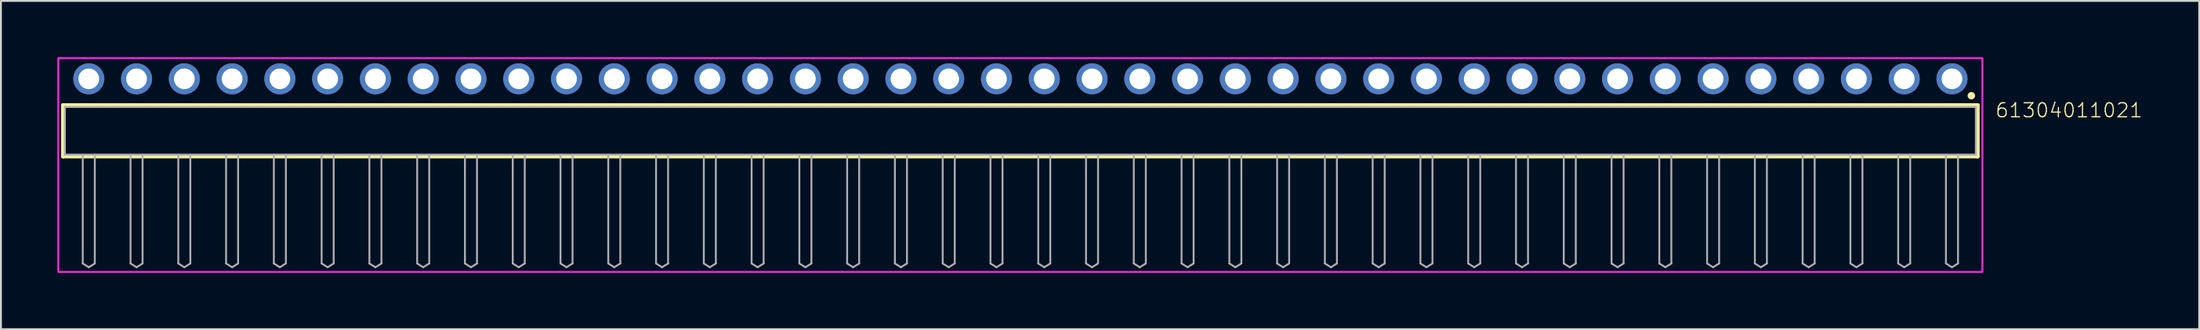
<source format=kicad_pcb>
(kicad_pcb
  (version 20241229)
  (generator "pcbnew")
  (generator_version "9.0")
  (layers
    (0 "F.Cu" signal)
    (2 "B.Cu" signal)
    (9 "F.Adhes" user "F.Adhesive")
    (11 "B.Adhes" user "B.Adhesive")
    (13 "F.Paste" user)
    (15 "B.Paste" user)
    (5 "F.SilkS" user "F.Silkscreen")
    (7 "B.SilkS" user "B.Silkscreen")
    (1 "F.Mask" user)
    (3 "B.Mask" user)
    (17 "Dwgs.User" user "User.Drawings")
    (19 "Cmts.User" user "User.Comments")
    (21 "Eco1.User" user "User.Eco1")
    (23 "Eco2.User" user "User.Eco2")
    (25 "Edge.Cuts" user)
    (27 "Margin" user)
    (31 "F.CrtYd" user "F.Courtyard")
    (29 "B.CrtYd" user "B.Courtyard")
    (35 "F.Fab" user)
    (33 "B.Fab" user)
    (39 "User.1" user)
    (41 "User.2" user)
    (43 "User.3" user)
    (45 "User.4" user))
  (footprint "61304011021"
    (layer "F.Cu")
    (at 51.2 3.92)
    (property "Reference" "61304011021" (at 51.795 -0.652 0) (unlocked yes) (layer "F.SilkS") (effects (font (size 0.748 0.748) (thickness 0.065)) (justify left bottom)))
    (fp_line (start -50.9 -1.37) (end 50.9 -1.37) (stroke (width 0.2) (type solid)) (layer "F.SilkS"))
    (fp_line (start -50.9 1.37) (end -50.9 -1.37) (stroke (width 0.2) (type solid)) (layer "F.SilkS"))
    (fp_line (start 50.9 -1.37) (end 50.9 1.37) (stroke (width 0.2) (type solid)) (layer "F.SilkS"))
    (fp_line (start 50.9 1.37) (end -50.9 1.37) (stroke (width 0.2) (type solid)) (layer "F.SilkS"))
    (fp_circle (center 50.56 -1.87) (end 50.66 -1.87) (stroke (width 0.2) (type solid)) (fill no) (layer "F.SilkS"))
    (fp_poly (pts (xy 51.15 7.52) (xy -51.15 7.52) (xy -51.15 -3.87) (xy 51.15 -3.87)) (stroke (width 0.1) (type default)) (fill no) (layer "F.CrtYd"))
    (fp_line (start -50.8 -1.27) (end 50.8 -1.27) (stroke (width 0.1) (type solid)) (layer "F.Fab"))
    (fp_line (start -50.8 1.27) (end -50.8 -1.27) (stroke (width 0.1) (type solid)) (layer "F.Fab"))
    (fp_line (start -49.85 1.27) (end -49.85 7.07) (stroke (width 0.1) (type solid)) (layer "F.Fab"))
    (fp_line (start -49.85 7.07) (end -49.53 7.27) (stroke (width 0.1) (type solid)) (layer "F.Fab"))
    (fp_line (start -49.53 7.27) (end -49.21 7.07) (stroke (width 0.1) (type solid)) (layer "F.Fab"))
    (fp_line (start -49.21 1.27) (end -49.21 7.07) (stroke (width 0.1) (type solid)) (layer "F.Fab"))
    (fp_line (start -47.31 1.27) (end -47.31 7.07) (stroke (width 0.1) (type solid)) (layer "F.Fab"))
    (fp_line (start -47.31 7.07) (end -46.99 7.27) (stroke (width 0.1) (type solid)) (layer "F.Fab"))
    (fp_line (start -46.99 7.27) (end -46.67 7.07) (stroke (width 0.1) (type solid)) (layer "F.Fab"))
    (fp_line (start -46.67 1.27) (end -46.67 7.07) (stroke (width 0.1) (type solid)) (layer "F.Fab"))
    (fp_line (start -44.77 1.27) (end -44.77 7.07) (stroke (width 0.1) (type solid)) (layer "F.Fab"))
    (fp_line (start -44.77 7.07) (end -44.45 7.27) (stroke (width 0.1) (type solid)) (layer "F.Fab"))
    (fp_line (start -44.45 7.27) (end -44.13 7.07) (stroke (width 0.1) (type solid)) (layer "F.Fab"))
    (fp_line (start -44.13 1.27) (end -44.13 7.07) (stroke (width 0.1) (type solid)) (layer "F.Fab"))
    (fp_line (start -42.23 1.27) (end -42.23 7.07) (stroke (width 0.1) (type solid)) (layer "F.Fab"))
    (fp_line (start -42.23 7.07) (end -41.91 7.27) (stroke (width 0.1) (type solid)) (layer "F.Fab"))
    (fp_line (start -41.91 7.27) (end -41.59 7.07) (stroke (width 0.1) (type solid)) (layer "F.Fab"))
    (fp_line (start -41.59 1.27) (end -41.59 7.07) (stroke (width 0.1) (type solid)) (layer "F.Fab"))
    (fp_line (start -39.69 1.27) (end -39.69 7.07) (stroke (width 0.1) (type solid)) (layer "F.Fab"))
    (fp_line (start -39.69 7.07) (end -39.37 7.27) (stroke (width 0.1) (type solid)) (layer "F.Fab"))
    (fp_line (start -39.37 7.27) (end -39.05 7.07) (stroke (width 0.1) (type solid)) (layer "F.Fab"))
    (fp_line (start -39.05 1.27) (end -39.05 7.07) (stroke (width 0.1) (type solid)) (layer "F.Fab"))
    (fp_line (start -37.15 1.27) (end -37.15 7.07) (stroke (width 0.1) (type solid)) (layer "F.Fab"))
    (fp_line (start -37.15 7.07) (end -36.83 7.27) (stroke (width 0.1) (type solid)) (layer "F.Fab"))
    (fp_line (start -36.83 7.27) (end -36.51 7.07) (stroke (width 0.1) (type solid)) (layer "F.Fab"))
    (fp_line (start -36.51 1.27) (end -36.51 7.07) (stroke (width 0.1) (type solid)) (layer "F.Fab"))
    (fp_line (start -34.61 1.27) (end -34.61 7.07) (stroke (width 0.1) (type solid)) (layer "F.Fab"))
    (fp_line (start -34.61 7.07) (end -34.29 7.27) (stroke (width 0.1) (type solid)) (layer "F.Fab"))
    (fp_line (start -34.29 7.27) (end -33.97 7.07) (stroke (width 0.1) (type solid)) (layer "F.Fab"))
    (fp_line (start -33.97 1.27) (end -33.97 7.07) (stroke (width 0.1) (type solid)) (layer "F.Fab"))
    (fp_line (start -32.07 1.27) (end -32.07 7.07) (stroke (width 0.1) (type solid)) (layer "F.Fab"))
    (fp_line (start -32.07 7.07) (end -31.75 7.27) (stroke (width 0.1) (type solid)) (layer "F.Fab"))
    (fp_line (start -31.75 7.27) (end -31.43 7.07) (stroke (width 0.1) (type solid)) (layer "F.Fab"))
    (fp_line (start -31.43 1.27) (end -31.43 7.07) (stroke (width 0.1) (type solid)) (layer "F.Fab"))
    (fp_line (start -29.53 1.27) (end -29.53 7.07) (stroke (width 0.1) (type solid)) (layer "F.Fab"))
    (fp_line (start -29.53 7.07) (end -29.21 7.27) (stroke (width 0.1) (type solid)) (layer "F.Fab"))
    (fp_line (start -29.21 7.27) (end -28.89 7.07) (stroke (width 0.1) (type solid)) (layer "F.Fab"))
    (fp_line (start -28.89 1.27) (end -28.89 7.07) (stroke (width 0.1) (type solid)) (layer "F.Fab"))
    (fp_line (start -26.99 1.27) (end -26.99 7.07) (stroke (width 0.1) (type solid)) (layer "F.Fab"))
    (fp_line (start -26.99 7.07) (end -26.67 7.27) (stroke (width 0.1) (type solid)) (layer "F.Fab"))
    (fp_line (start -26.67 7.27) (end -26.35 7.07) (stroke (width 0.1) (type solid)) (layer "F.Fab"))
    (fp_line (start -26.35 1.27) (end -26.35 7.07) (stroke (width 0.1) (type solid)) (layer "F.Fab"))
    (fp_line (start -24.45 1.27) (end -24.45 7.07) (stroke (width 0.1) (type solid)) (layer "F.Fab"))
    (fp_line (start -24.45 7.07) (end -24.13 7.27) (stroke (width 0.1) (type solid)) (layer "F.Fab"))
    (fp_line (start -24.13 7.27) (end -23.81 7.07) (stroke (width 0.1) (type solid)) (layer "F.Fab"))
    (fp_line (start -23.81 1.27) (end -23.81 7.07) (stroke (width 0.1) (type solid)) (layer "F.Fab"))
    (fp_line (start -21.91 1.27) (end -21.91 7.07) (stroke (width 0.1) (type solid)) (layer "F.Fab"))
    (fp_line (start -21.91 7.07) (end -21.59 7.27) (stroke (width 0.1) (type solid)) (layer "F.Fab"))
    (fp_line (start -21.59 7.27) (end -21.27 7.07) (stroke (width 0.1) (type solid)) (layer "F.Fab"))
    (fp_line (start -21.27 1.27) (end -21.27 7.07) (stroke (width 0.1) (type solid)) (layer "F.Fab"))
    (fp_line (start -19.37 1.27) (end -19.37 7.07) (stroke (width 0.1) (type solid)) (layer "F.Fab"))
    (fp_line (start -19.37 7.07) (end -19.05 7.27) (stroke (width 0.1) (type solid)) (layer "F.Fab"))
    (fp_line (start -19.05 7.27) (end -18.73 7.07) (stroke (width 0.1) (type solid)) (layer "F.Fab"))
    (fp_line (start -18.73 1.27) (end -18.73 7.07) (stroke (width 0.1) (type solid)) (layer "F.Fab"))
    (fp_line (start -16.83 1.27) (end -16.83 7.07) (stroke (width 0.1) (type solid)) (layer "F.Fab"))
    (fp_line (start -16.83 7.07) (end -16.51 7.27) (stroke (width 0.1) (type solid)) (layer "F.Fab"))
    (fp_line (start -16.51 7.27) (end -16.19 7.07) (stroke (width 0.1) (type solid)) (layer "F.Fab"))
    (fp_line (start -16.19 1.27) (end -16.19 7.07) (stroke (width 0.1) (type solid)) (layer "F.Fab"))
    (fp_line (start -14.29 1.27) (end -14.29 7.07) (stroke (width 0.1) (type solid)) (layer "F.Fab"))
    (fp_line (start -14.29 7.07) (end -13.97 7.27) (stroke (width 0.1) (type solid)) (layer "F.Fab"))
    (fp_line (start -13.97 7.27) (end -13.65 7.07) (stroke (width 0.1) (type solid)) (layer "F.Fab"))
    (fp_line (start -13.65 1.27) (end -13.65 7.07) (stroke (width 0.1) (type solid)) (layer "F.Fab"))
    (fp_line (start -11.75 1.27) (end -11.75 7.07) (stroke (width 0.1) (type solid)) (layer "F.Fab"))
    (fp_line (start -11.75 7.07) (end -11.43 7.27) (stroke (width 0.1) (type solid)) (layer "F.Fab"))
    (fp_line (start -11.43 7.27) (end -11.11 7.07) (stroke (width 0.1) (type solid)) (layer "F.Fab"))
    (fp_line (start -11.11 1.27) (end -11.11 7.07) (stroke (width 0.1) (type solid)) (layer "F.Fab"))
    (fp_line (start -9.21 1.27) (end -9.21 7.07) (stroke (width 0.1) (type solid)) (layer "F.Fab"))
    (fp_line (start -9.21 7.07) (end -8.89 7.27) (stroke (width 0.1) (type solid)) (layer "F.Fab"))
    (fp_line (start -8.89 7.27) (end -8.57 7.07) (stroke (width 0.1) (type solid)) (layer "F.Fab"))
    (fp_line (start -8.57 1.27) (end -8.57 7.07) (stroke (width 0.1) (type solid)) (layer "F.Fab"))
    (fp_line (start -6.67 1.27) (end -6.67 7.07) (stroke (width 0.1) (type solid)) (layer "F.Fab"))
    (fp_line (start -6.67 7.07) (end -6.35 7.27) (stroke (width 0.1) (type solid)) (layer "F.Fab"))
    (fp_line (start -6.35 7.27) (end -6.03 7.07) (stroke (width 0.1) (type solid)) (layer "F.Fab"))
    (fp_line (start -6.03 1.27) (end -6.03 7.07) (stroke (width 0.1) (type solid)) (layer "F.Fab"))
    (fp_line (start -4.13 1.27) (end -4.13 7.07) (stroke (width 0.1) (type solid)) (layer "F.Fab"))
    (fp_line (start -4.13 7.07) (end -3.81 7.27) (stroke (width 0.1) (type solid)) (layer "F.Fab"))
    (fp_line (start -3.81 7.27) (end -3.49 7.07) (stroke (width 0.1) (type solid)) (layer "F.Fab"))
    (fp_line (start -3.49 1.27) (end -3.49 7.07) (stroke (width 0.1) (type solid)) (layer "F.Fab"))
    (fp_line (start -1.59 1.27) (end -1.59 7.07) (stroke (width 0.1) (type solid)) (layer "F.Fab"))
    (fp_line (start -1.59 7.07) (end -1.27 7.27) (stroke (width 0.1) (type solid)) (layer "F.Fab"))
    (fp_line (start -1.27 7.27) (end -0.95 7.07) (stroke (width 0.1) (type solid)) (layer "F.Fab"))
    (fp_line (start -0.95 1.27) (end -0.95 7.07) (stroke (width 0.1) (type solid)) (layer "F.Fab"))
    (fp_line (start 0.95 1.27) (end 0.95 7.07) (stroke (width 0.1) (type solid)) (layer "F.Fab"))
    (fp_line (start 0.95 7.07) (end 1.27 7.27) (stroke (width 0.1) (type solid)) (layer "F.Fab"))
    (fp_line (start 1.27 7.27) (end 1.59 7.07) (stroke (width 0.1) (type solid)) (layer "F.Fab"))
    (fp_line (start 1.59 1.27) (end 1.59 7.07) (stroke (width 0.1) (type solid)) (layer "F.Fab"))
    (fp_line (start 3.49 1.27) (end 3.49 7.07) (stroke (width 0.1) (type solid)) (layer "F.Fab"))
    (fp_line (start 3.49 7.07) (end 3.81 7.27) (stroke (width 0.1) (type solid)) (layer "F.Fab"))
    (fp_line (start 3.81 7.27) (end 4.13 7.07) (stroke (width 0.1) (type solid)) (layer "F.Fab"))
    (fp_line (start 4.13 1.27) (end 4.13 7.07) (stroke (width 0.1) (type solid)) (layer "F.Fab"))
    (fp_line (start 6.03 1.27) (end 6.03 7.07) (stroke (width 0.1) (type solid)) (layer "F.Fab"))
    (fp_line (start 6.03 7.07) (end 6.35 7.27) (stroke (width 0.1) (type solid)) (layer "F.Fab"))
    (fp_line (start 6.35 7.27) (end 6.67 7.07) (stroke (width 0.1) (type solid)) (layer "F.Fab"))
    (fp_line (start 6.67 1.27) (end 6.67 7.07) (stroke (width 0.1) (type solid)) (layer "F.Fab"))
    (fp_line (start 8.57 1.27) (end 8.57 7.07) (stroke (width 0.1) (type solid)) (layer "F.Fab"))
    (fp_line (start 8.57 7.07) (end 8.89 7.27) (stroke (width 0.1) (type solid)) (layer "F.Fab"))
    (fp_line (start 8.89 7.27) (end 9.21 7.07) (stroke (width 0.1) (type solid)) (layer "F.Fab"))
    (fp_line (start 9.21 1.27) (end 9.21 7.07) (stroke (width 0.1) (type solid)) (layer "F.Fab"))
    (fp_line (start 11.11 1.27) (end 11.11 7.07) (stroke (width 0.1) (type solid)) (layer "F.Fab"))
    (fp_line (start 11.11 7.07) (end 11.43 7.27) (stroke (width 0.1) (type solid)) (layer "F.Fab"))
    (fp_line (start 11.43 7.27) (end 11.75 7.07) (stroke (width 0.1) (type solid)) (layer "F.Fab"))
    (fp_line (start 11.75 1.27) (end 11.75 7.07) (stroke (width 0.1) (type solid)) (layer "F.Fab"))
    (fp_line (start 13.65 1.27) (end 13.65 7.07) (stroke (width 0.1) (type solid)) (layer "F.Fab"))
    (fp_line (start 13.65 7.07) (end 13.97 7.27) (stroke (width 0.1) (type solid)) (layer "F.Fab"))
    (fp_line (start 13.97 7.27) (end 14.29 7.07) (stroke (width 0.1) (type solid)) (layer "F.Fab"))
    (fp_line (start 14.29 1.27) (end 14.29 7.07) (stroke (width 0.1) (type solid)) (layer "F.Fab"))
    (fp_line (start 16.19 1.27) (end 16.19 7.07) (stroke (width 0.1) (type solid)) (layer "F.Fab"))
    (fp_line (start 16.19 7.07) (end 16.51 7.27) (stroke (width 0.1) (type solid)) (layer "F.Fab"))
    (fp_line (start 16.51 7.27) (end 16.83 7.07) (stroke (width 0.1) (type solid)) (layer "F.Fab"))
    (fp_line (start 16.83 1.27) (end 16.83 7.07) (stroke (width 0.1) (type solid)) (layer "F.Fab"))
    (fp_line (start 18.73 1.27) (end 18.73 7.07) (stroke (width 0.1) (type solid)) (layer "F.Fab"))
    (fp_line (start 18.73 7.07) (end 19.05 7.27) (stroke (width 0.1) (type solid)) (layer "F.Fab"))
    (fp_line (start 19.05 7.27) (end 19.37 7.07) (stroke (width 0.1) (type solid)) (layer "F.Fab"))
    (fp_line (start 19.37 1.27) (end 19.37 7.07) (stroke (width 0.1) (type solid)) (layer "F.Fab"))
    (fp_line (start 21.27 1.27) (end 21.27 7.07) (stroke (width 0.1) (type solid)) (layer "F.Fab"))
    (fp_line (start 21.27 7.07) (end 21.59 7.27) (stroke (width 0.1) (type solid)) (layer "F.Fab"))
    (fp_line (start 21.59 7.27) (end 21.91 7.07) (stroke (width 0.1) (type solid)) (layer "F.Fab"))
    (fp_line (start 21.91 1.27) (end 21.91 7.07) (stroke (width 0.1) (type solid)) (layer "F.Fab"))
    (fp_line (start 23.81 1.27) (end 23.81 7.07) (stroke (width 0.1) (type solid)) (layer "F.Fab"))
    (fp_line (start 23.81 7.07) (end 24.13 7.27) (stroke (width 0.1) (type solid)) (layer "F.Fab"))
    (fp_line (start 24.13 7.27) (end 24.45 7.07) (stroke (width 0.1) (type solid)) (layer "F.Fab"))
    (fp_line (start 24.45 1.27) (end 24.45 7.07) (stroke (width 0.1) (type solid)) (layer "F.Fab"))
    (fp_line (start 26.35 1.27) (end 26.35 7.07) (stroke (width 0.1) (type solid)) (layer "F.Fab"))
    (fp_line (start 26.35 7.07) (end 26.67 7.27) (stroke (width 0.1) (type solid)) (layer "F.Fab"))
    (fp_line (start 26.67 7.27) (end 26.99 7.07) (stroke (width 0.1) (type solid)) (layer "F.Fab"))
    (fp_line (start 26.99 1.27) (end 26.99 7.07) (stroke (width 0.1) (type solid)) (layer "F.Fab"))
    (fp_line (start 28.89 1.27) (end 28.89 7.07) (stroke (width 0.1) (type solid)) (layer "F.Fab"))
    (fp_line (start 28.89 7.07) (end 29.21 7.27) (stroke (width 0.1) (type solid)) (layer "F.Fab"))
    (fp_line (start 29.21 7.27) (end 29.53 7.07) (stroke (width 0.1) (type solid)) (layer "F.Fab"))
    (fp_line (start 29.53 1.27) (end 29.53 7.07) (stroke (width 0.1) (type solid)) (layer "F.Fab"))
    (fp_line (start 31.43 1.27) (end 31.43 7.07) (stroke (width 0.1) (type solid)) (layer "F.Fab"))
    (fp_line (start 31.43 7.07) (end 31.75 7.27) (stroke (width 0.1) (type solid)) (layer "F.Fab"))
    (fp_line (start 31.75 7.27) (end 32.07 7.07) (stroke (width 0.1) (type solid)) (layer "F.Fab"))
    (fp_line (start 32.07 1.27) (end 32.07 7.07) (stroke (width 0.1) (type solid)) (layer "F.Fab"))
    (fp_line (start 33.97 1.27) (end 33.97 7.07) (stroke (width 0.1) (type solid)) (layer "F.Fab"))
    (fp_line (start 33.97 7.07) (end 34.29 7.27) (stroke (width 0.1) (type solid)) (layer "F.Fab"))
    (fp_line (start 34.29 7.27) (end 34.61 7.07) (stroke (width 0.1) (type solid)) (layer "F.Fab"))
    (fp_line (start 34.61 1.27) (end 34.61 7.07) (stroke (width 0.1) (type solid)) (layer "F.Fab"))
    (fp_line (start 36.51 1.27) (end 36.51 7.07) (stroke (width 0.1) (type solid)) (layer "F.Fab"))
    (fp_line (start 36.51 7.07) (end 36.83 7.27) (stroke (width 0.1) (type solid)) (layer "F.Fab"))
    (fp_line (start 36.83 7.27) (end 37.15 7.07) (stroke (width 0.1) (type solid)) (layer "F.Fab"))
    (fp_line (start 37.15 1.27) (end 37.15 7.07) (stroke (width 0.1) (type solid)) (layer "F.Fab"))
    (fp_line (start 39.05 1.27) (end 39.05 7.07) (stroke (width 0.1) (type solid)) (layer "F.Fab"))
    (fp_line (start 39.05 7.07) (end 39.37 7.27) (stroke (width 0.1) (type solid)) (layer "F.Fab"))
    (fp_line (start 39.37 7.27) (end 39.69 7.07) (stroke (width 0.1) (type solid)) (layer "F.Fab"))
    (fp_line (start 39.69 1.27) (end 39.69 7.07) (stroke (width 0.1) (type solid)) (layer "F.Fab"))
    (fp_line (start 41.59 1.27) (end 41.59 7.07) (stroke (width 0.1) (type solid)) (layer "F.Fab"))
    (fp_line (start 41.59 7.07) (end 41.91 7.27) (stroke (width 0.1) (type solid)) (layer "F.Fab"))
    (fp_line (start 41.91 7.27) (end 42.23 7.07) (stroke (width 0.1) (type solid)) (layer "F.Fab"))
    (fp_line (start 42.23 1.27) (end 42.23 7.07) (stroke (width 0.1) (type solid)) (layer "F.Fab"))
    (fp_line (start 44.13 1.27) (end 44.13 7.07) (stroke (width 0.1) (type solid)) (layer "F.Fab"))
    (fp_line (start 44.13 7.07) (end 44.45 7.27) (stroke (width 0.1) (type solid)) (layer "F.Fab"))
    (fp_line (start 44.45 7.27) (end 44.77 7.07) (stroke (width 0.1) (type solid)) (layer "F.Fab"))
    (fp_line (start 44.77 1.27) (end 44.77 7.07) (stroke (width 0.1) (type solid)) (layer "F.Fab"))
    (fp_line (start 46.67 1.27) (end -50.8 1.27) (stroke (width 0.1) (type solid)) (layer "F.Fab"))
    (fp_line (start 46.67 1.27) (end 46.67 7.07) (stroke (width 0.1) (type solid)) (layer "F.Fab"))
    (fp_line (start 46.67 7.07) (end 46.99 7.27) (stroke (width 0.1) (type solid)) (layer "F.Fab"))
    (fp_line (start 46.99 7.27) (end 47.31 7.07) (stroke (width 0.1) (type solid)) (layer "F.Fab"))
    (fp_line (start 47.31 1.27) (end 46.67 1.27) (stroke (width 0.1) (type solid)) (layer "F.Fab"))
    (fp_line (start 47.31 1.27) (end 47.31 7.07) (stroke (width 0.1) (type solid)) (layer "F.Fab"))
    (fp_line (start 49.21 1.27) (end 49.21 7.07) (stroke (width 0.1) (type solid)) (layer "F.Fab"))
    (fp_line (start 49.21 7.07) (end 49.53 7.27) (stroke (width 0.1) (type solid)) (layer "F.Fab"))
    (fp_line (start 49.53 7.27) (end 49.85 7.07) (stroke (width 0.1) (type solid)) (layer "F.Fab"))
    (fp_line (start 49.85 1.27) (end 49.85 7.07) (stroke (width 0.1) (type solid)) (layer "F.Fab"))
    (fp_line (start 50.8 -1.27) (end 50.8 1.27) (stroke (width 0.1) (type solid)) (layer "F.Fab"))
    (fp_line (start 50.8 1.27) (end 47.31 1.27) (stroke (width 0.1) (type solid)) (layer "F.Fab"))
    (pad "1" thru_hole circle (at 49.53 -2.77 180) (size 1.65 1.65) (drill 1.1) (layers "*.Cu" "*.Mask"))
    (pad "2" thru_hole circle (at 46.99 -2.77 180) (size 1.65 1.65) (drill 1.1) (layers "*.Cu" "*.Mask"))
    (pad "3" thru_hole circle (at 44.45 -2.77 180) (size 1.65 1.65) (drill 1.1) (layers "*.Cu" "*.Mask"))
    (pad "4" thru_hole circle (at 41.91 -2.77 180) (size 1.65 1.65) (drill 1.1) (layers "*.Cu" "*.Mask"))
    (pad "5" thru_hole circle (at 39.37 -2.77 180) (size 1.65 1.65) (drill 1.1) (layers "*.Cu" "*.Mask"))
    (pad "6" thru_hole circle (at 36.83 -2.77 180) (size 1.65 1.65) (drill 1.1) (layers "*.Cu" "*.Mask"))
    (pad "7" thru_hole circle (at 34.29 -2.77 180) (size 1.65 1.65) (drill 1.1) (layers "*.Cu" "*.Mask"))
    (pad "8" thru_hole circle (at 31.75 -2.77 180) (size 1.65 1.65) (drill 1.1) (layers "*.Cu" "*.Mask"))
    (pad "9" thru_hole circle (at 29.21 -2.77 180) (size 1.65 1.65) (drill 1.1) (layers "*.Cu" "*.Mask"))
    (pad "10" thru_hole circle (at 26.67 -2.77 180) (size 1.65 1.65) (drill 1.1) (layers "*.Cu" "*.Mask"))
    (pad "11" thru_hole circle (at 24.13 -2.77 180) (size 1.65 1.65) (drill 1.1) (layers "*.Cu" "*.Mask"))
    (pad "12" thru_hole circle (at 21.59 -2.77 180) (size 1.65 1.65) (drill 1.1) (layers "*.Cu" "*.Mask"))
    (pad "13" thru_hole circle (at 19.05 -2.77 180) (size 1.65 1.65) (drill 1.1) (layers "*.Cu" "*.Mask"))
    (pad "14" thru_hole circle (at 16.51 -2.77 180) (size 1.65 1.65) (drill 1.1) (layers "*.Cu" "*.Mask"))
    (pad "15" thru_hole circle (at 13.97 -2.77 180) (size 1.65 1.65) (drill 1.1) (layers "*.Cu" "*.Mask"))
    (pad "16" thru_hole circle (at 11.43 -2.77 180) (size 1.65 1.65) (drill 1.1) (layers "*.Cu" "*.Mask"))
    (pad "17" thru_hole circle (at 8.89 -2.77 180) (size 1.65 1.65) (drill 1.1) (layers "*.Cu" "*.Mask"))
    (pad "18" thru_hole circle (at 6.35 -2.77 180) (size 1.65 1.65) (drill 1.1) (layers "*.Cu" "*.Mask"))
    (pad "19" thru_hole circle (at 3.81 -2.77 180) (size 1.65 1.65) (drill 1.1) (layers "*.Cu" "*.Mask"))
    (pad "20" thru_hole circle (at 1.27 -2.77 180) (size 1.65 1.65) (drill 1.1) (layers "*.Cu" "*.Mask"))
    (pad "21" thru_hole circle (at -1.27 -2.77 180) (size 1.65 1.65) (drill 1.1) (layers "*.Cu" "*.Mask"))
    (pad "22" thru_hole circle (at -3.81 -2.77 180) (size 1.65 1.65) (drill 1.1) (layers "*.Cu" "*.Mask"))
    (pad "23" thru_hole circle (at -6.35 -2.77 180) (size 1.65 1.65) (drill 1.1) (layers "*.Cu" "*.Mask"))
    (pad "24" thru_hole circle (at -8.89 -2.77 180) (size 1.65 1.65) (drill 1.1) (layers "*.Cu" "*.Mask"))
    (pad "25" thru_hole circle (at -11.43 -2.77 180) (size 1.65 1.65) (drill 1.1) (layers "*.Cu" "*.Mask"))
    (pad "26" thru_hole circle (at -13.97 -2.77 180) (size 1.65 1.65) (drill 1.1) (layers "*.Cu" "*.Mask"))
    (pad "27" thru_hole circle (at -16.51 -2.77 180) (size 1.65 1.65) (drill 1.1) (layers "*.Cu" "*.Mask"))
    (pad "28" thru_hole circle (at -19.05 -2.77 180) (size 1.65 1.65) (drill 1.1) (layers "*.Cu" "*.Mask"))
    (pad "29" thru_hole circle (at -21.59 -2.77 180) (size 1.65 1.65) (drill 1.1) (layers "*.Cu" "*.Mask"))
    (pad "30" thru_hole circle (at -24.13 -2.77 180) (size 1.65 1.65) (drill 1.1) (layers "*.Cu" "*.Mask"))
    (pad "31" thru_hole circle (at -26.67 -2.77 180) (size 1.65 1.65) (drill 1.1) (layers "*.Cu" "*.Mask"))
    (pad "32" thru_hole circle (at -29.21 -2.77 180) (size 1.65 1.65) (drill 1.1) (layers "*.Cu" "*.Mask"))
    (pad "33" thru_hole circle (at -31.75 -2.77 180) (size 1.65 1.65) (drill 1.1) (layers "*.Cu" "*.Mask"))
    (pad "34" thru_hole circle (at -34.29 -2.77 180) (size 1.65 1.65) (drill 1.1) (layers "*.Cu" "*.Mask"))
    (pad "35" thru_hole circle (at -36.83 -2.77 180) (size 1.65 1.65) (drill 1.1) (layers "*.Cu" "*.Mask"))
    (pad "36" thru_hole circle (at -39.37 -2.77 180) (size 1.65 1.65) (drill 1.1) (layers "*.Cu" "*.Mask"))
    (pad "37" thru_hole circle (at -41.91 -2.77 180) (size 1.65 1.65) (drill 1.1) (layers "*.Cu" "*.Mask"))
    (pad "38" thru_hole circle (at -44.45 -2.77 180) (size 1.65 1.65) (drill 1.1) (layers "*.Cu" "*.Mask"))
    (pad "39" thru_hole circle (at -46.99 -2.77 180) (size 1.65 1.65) (drill 1.1) (layers "*.Cu" "*.Mask"))
    (pad "40" thru_hole circle (at -49.53 -2.77 180) (size 1.65 1.65) (drill 1.1) (layers "*.Cu" "*.Mask")))
  (gr_rect
    (start -3 -3)
    (end 113.874 14.49)
    (stroke (width 0.1) (type default))
    (fill no)
    (layer "Edge.Cuts")))
</source>
